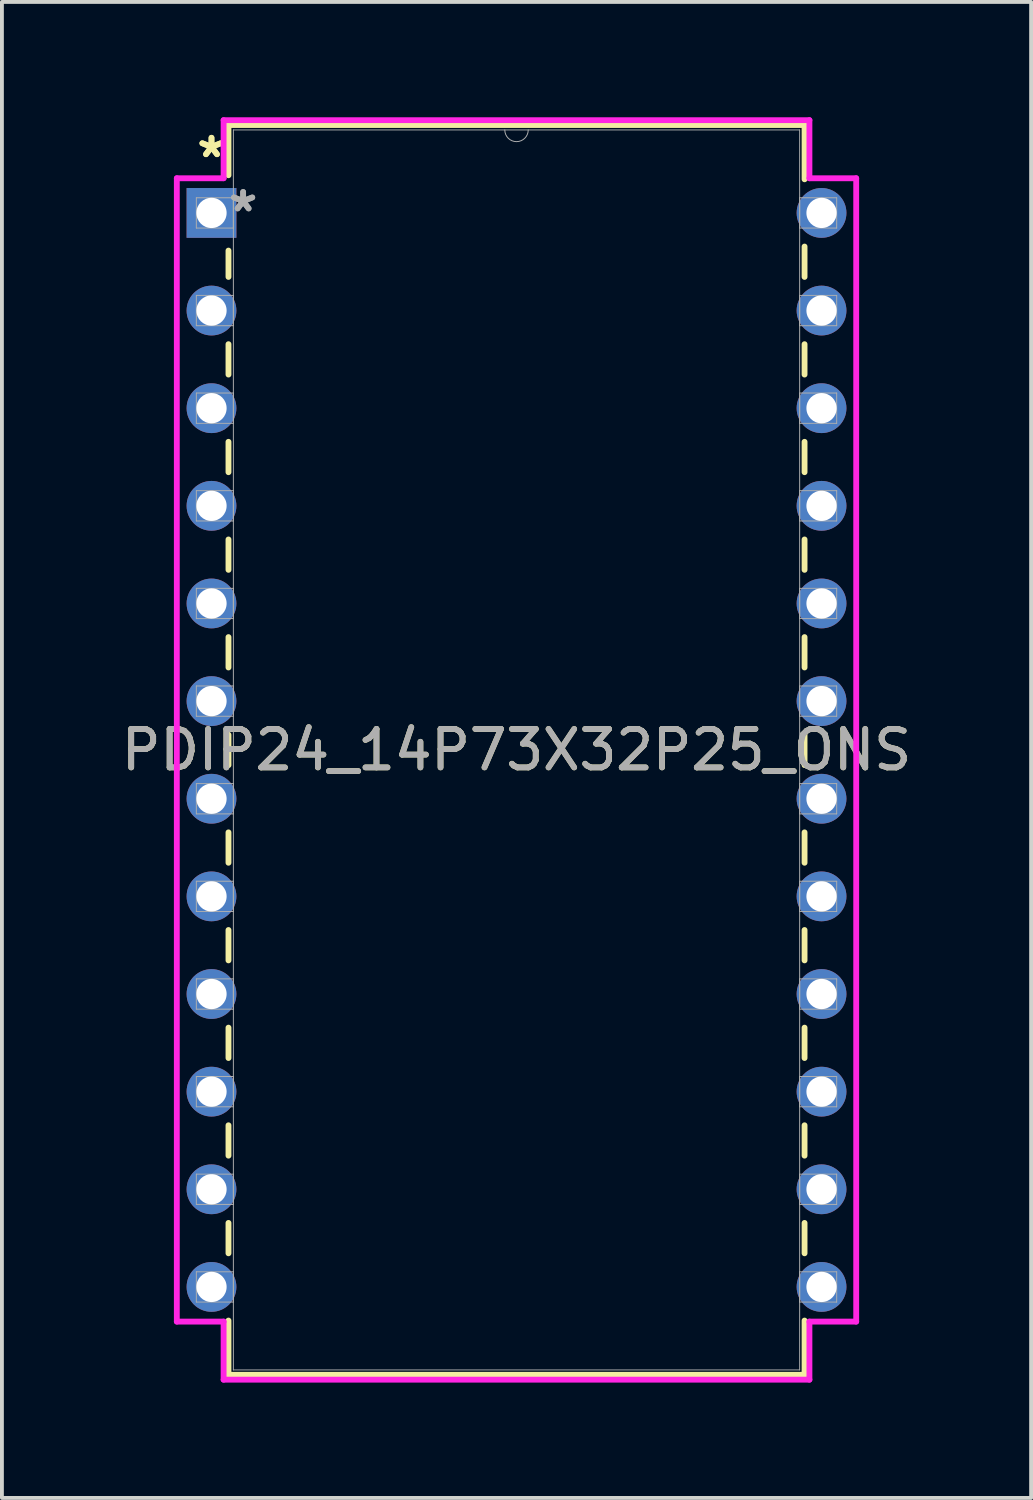
<source format=kicad_pcb>
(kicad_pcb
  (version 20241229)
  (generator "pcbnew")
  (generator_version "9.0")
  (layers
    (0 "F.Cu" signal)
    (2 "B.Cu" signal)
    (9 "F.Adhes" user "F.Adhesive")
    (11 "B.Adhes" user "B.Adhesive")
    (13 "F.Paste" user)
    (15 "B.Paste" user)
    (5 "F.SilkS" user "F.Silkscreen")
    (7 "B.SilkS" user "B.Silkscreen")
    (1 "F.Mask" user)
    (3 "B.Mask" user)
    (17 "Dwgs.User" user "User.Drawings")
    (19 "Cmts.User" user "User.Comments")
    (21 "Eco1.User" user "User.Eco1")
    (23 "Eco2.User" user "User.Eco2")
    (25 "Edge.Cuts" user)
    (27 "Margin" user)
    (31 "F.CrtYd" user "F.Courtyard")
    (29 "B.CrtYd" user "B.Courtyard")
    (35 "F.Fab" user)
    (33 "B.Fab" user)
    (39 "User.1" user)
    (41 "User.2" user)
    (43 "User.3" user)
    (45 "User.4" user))
  (footprint "PDIP24_14P73X32P25_ONS"
    (layer "F.Cu")
    (at 2.452 2.489)
    (property "Reference" "PDIP24_14P73X32P25_ONS" (at 7.935 13.97 0) (unlocked yes) (layer "F.SilkS") (effects (font (size 1 1) (thickness 0.15))))
    (attr through_hole)
    (fp_line (start 0.442 -2.286) (end 0.442 -0.98) (stroke (width 0.152) (type solid)) (layer "F.SilkS"))
    (fp_line (start 0.442 0.98) (end 0.442 1.665) (stroke (width 0.152) (type solid)) (layer "F.SilkS"))
    (fp_line (start 0.442 3.415) (end 0.442 4.205) (stroke (width 0.152) (type solid)) (layer "F.SilkS"))
    (fp_line (start 0.442 5.955) (end 0.442 6.745) (stroke (width 0.152) (type solid)) (layer "F.SilkS"))
    (fp_line (start 0.442 8.495) (end 0.442 9.285) (stroke (width 0.152) (type solid)) (layer "F.SilkS"))
    (fp_line (start 0.442 11.035) (end 0.442 11.825) (stroke (width 0.152) (type solid)) (layer "F.SilkS"))
    (fp_line (start 0.442 13.575) (end 0.442 14.365) (stroke (width 0.152) (type solid)) (layer "F.SilkS"))
    (fp_line (start 0.442 16.115) (end 0.442 16.905) (stroke (width 0.152) (type solid)) (layer "F.SilkS"))
    (fp_line (start 0.442 18.655) (end 0.442 19.445) (stroke (width 0.152) (type solid)) (layer "F.SilkS"))
    (fp_line (start 0.442 21.195) (end 0.442 21.985) (stroke (width 0.152) (type solid)) (layer "F.SilkS"))
    (fp_line (start 0.442 23.735) (end 0.442 24.525) (stroke (width 0.152) (type solid)) (layer "F.SilkS"))
    (fp_line (start 0.442 26.275) (end 0.442 27.065) (stroke (width 0.152) (type solid)) (layer "F.SilkS"))
    (fp_line (start 0.442 28.815) (end 0.442 30.226) (stroke (width 0.152) (type solid)) (layer "F.SilkS"))
    (fp_line (start 0.442 30.226) (end 15.428 30.226) (stroke (width 0.152) (type solid)) (layer "F.SilkS"))
    (fp_line (start 15.428 -2.286) (end 0.442 -2.286) (stroke (width 0.152) (type solid)) (layer "F.SilkS"))
    (fp_line (start 15.428 -0.875) (end 15.428 -2.286) (stroke (width 0.152) (type solid)) (layer "F.SilkS"))
    (fp_line (start 15.428 1.665) (end 15.428 0.875) (stroke (width 0.152) (type solid)) (layer "F.SilkS"))
    (fp_line (start 15.428 4.205) (end 15.428 3.415) (stroke (width 0.152) (type solid)) (layer "F.SilkS"))
    (fp_line (start 15.428 6.745) (end 15.428 5.955) (stroke (width 0.152) (type solid)) (layer "F.SilkS"))
    (fp_line (start 15.428 9.285) (end 15.428 8.495) (stroke (width 0.152) (type solid)) (layer "F.SilkS"))
    (fp_line (start 15.428 11.825) (end 15.428 11.035) (stroke (width 0.152) (type solid)) (layer "F.SilkS"))
    (fp_line (start 15.428 14.365) (end 15.428 13.575) (stroke (width 0.152) (type solid)) (layer "F.SilkS"))
    (fp_line (start 15.428 16.905) (end 15.428 16.115) (stroke (width 0.152) (type solid)) (layer "F.SilkS"))
    (fp_line (start 15.428 19.445) (end 15.428 18.655) (stroke (width 0.152) (type solid)) (layer "F.SilkS"))
    (fp_line (start 15.428 21.985) (end 15.428 21.195) (stroke (width 0.152) (type solid)) (layer "F.SilkS"))
    (fp_line (start 15.428 24.525) (end 15.428 23.735) (stroke (width 0.152) (type solid)) (layer "F.SilkS"))
    (fp_line (start 15.428 27.065) (end 15.428 26.275) (stroke (width 0.152) (type solid)) (layer "F.SilkS"))
    (fp_line (start 15.428 30.226) (end 15.428 28.815) (stroke (width 0.152) (type solid)) (layer "F.SilkS"))
    (fp_line (start -0.902 -0.902) (end 0.315 -0.902) (stroke (width 0.152) (type solid)) (layer "F.CrtYd"))
    (fp_line (start -0.902 28.842) (end -0.902 -0.902) (stroke (width 0.152) (type solid)) (layer "F.CrtYd"))
    (fp_line (start 0.315 -2.413) (end 15.555 -2.413) (stroke (width 0.152) (type solid)) (layer "F.CrtYd"))
    (fp_line (start 0.315 -0.902) (end 0.315 -2.413) (stroke (width 0.152) (type solid)) (layer "F.CrtYd"))
    (fp_line (start 0.315 28.842) (end -0.902 28.842) (stroke (width 0.152) (type solid)) (layer "F.CrtYd"))
    (fp_line (start 0.315 30.353) (end 0.315 28.842) (stroke (width 0.152) (type solid)) (layer "F.CrtYd"))
    (fp_line (start 15.555 -2.413) (end 15.555 -0.902) (stroke (width 0.152) (type solid)) (layer "F.CrtYd"))
    (fp_line (start 15.555 28.842) (end 15.555 30.353) (stroke (width 0.152) (type solid)) (layer "F.CrtYd"))
    (fp_line (start 15.555 30.353) (end 0.315 30.353) (stroke (width 0.152) (type solid)) (layer "F.CrtYd"))
    (fp_line (start 16.772 -0.902) (end 15.555 -0.902) (stroke (width 0.152) (type solid)) (layer "F.CrtYd"))
    (fp_line (start 16.772 -0.902) (end 16.772 28.842) (stroke (width 0.152) (type solid)) (layer "F.CrtYd"))
    (fp_line (start 16.772 28.842) (end 15.555 28.842) (stroke (width 0.152) (type solid)) (layer "F.CrtYd"))
    (fp_line (start -0.394 -0.394) (end -0.394 0.394) (stroke (width 0.025) (type solid)) (layer "F.Fab"))
    (fp_line (start -0.394 0.394) (end 0.569 0.394) (stroke (width 0.025) (type solid)) (layer "F.Fab"))
    (fp_line (start -0.394 2.146) (end -0.394 2.934) (stroke (width 0.025) (type solid)) (layer "F.Fab"))
    (fp_line (start -0.394 2.934) (end 0.569 2.934) (stroke (width 0.025) (type solid)) (layer "F.Fab"))
    (fp_line (start -0.394 4.686) (end -0.394 5.474) (stroke (width 0.025) (type solid)) (layer "F.Fab"))
    (fp_line (start -0.394 5.474) (end 0.569 5.474) (stroke (width 0.025) (type solid)) (layer "F.Fab"))
    (fp_line (start -0.394 7.226) (end -0.394 8.014) (stroke (width 0.025) (type solid)) (layer "F.Fab"))
    (fp_line (start -0.394 8.014) (end 0.569 8.014) (stroke (width 0.025) (type solid)) (layer "F.Fab"))
    (fp_line (start -0.394 9.766) (end -0.394 10.554) (stroke (width 0.025) (type solid)) (layer "F.Fab"))
    (fp_line (start -0.394 10.554) (end 0.569 10.554) (stroke (width 0.025) (type solid)) (layer "F.Fab"))
    (fp_line (start -0.394 12.306) (end -0.394 13.094) (stroke (width 0.025) (type solid)) (layer "F.Fab"))
    (fp_line (start -0.394 13.094) (end 0.569 13.094) (stroke (width 0.025) (type solid)) (layer "F.Fab"))
    (fp_line (start -0.394 14.846) (end -0.394 15.634) (stroke (width 0.025) (type solid)) (layer "F.Fab"))
    (fp_line (start -0.394 15.634) (end 0.569 15.634) (stroke (width 0.025) (type solid)) (layer "F.Fab"))
    (fp_line (start -0.394 17.386) (end -0.394 18.174) (stroke (width 0.025) (type solid)) (layer "F.Fab"))
    (fp_line (start -0.394 18.174) (end 0.569 18.174) (stroke (width 0.025) (type solid)) (layer "F.Fab"))
    (fp_line (start -0.394 19.926) (end -0.394 20.714) (stroke (width 0.025) (type solid)) (layer "F.Fab"))
    (fp_line (start -0.394 20.714) (end 0.569 20.714) (stroke (width 0.025) (type solid)) (layer "F.Fab"))
    (fp_line (start -0.394 22.466) (end -0.394 23.254) (stroke (width 0.025) (type solid)) (layer "F.Fab"))
    (fp_line (start -0.394 23.254) (end 0.569 23.254) (stroke (width 0.025) (type solid)) (layer "F.Fab"))
    (fp_line (start -0.394 25.006) (end -0.394 25.794) (stroke (width 0.025) (type solid)) (layer "F.Fab"))
    (fp_line (start -0.394 25.794) (end 0.569 25.794) (stroke (width 0.025) (type solid)) (layer "F.Fab"))
    (fp_line (start -0.394 27.546) (end -0.394 28.334) (stroke (width 0.025) (type solid)) (layer "F.Fab"))
    (fp_line (start -0.394 28.334) (end 0.569 28.334) (stroke (width 0.025) (type solid)) (layer "F.Fab"))
    (fp_line (start 0.569 -2.159) (end 0.569 30.099) (stroke (width 0.025) (type solid)) (layer "F.Fab"))
    (fp_line (start 0.569 -0.394) (end -0.394 -0.394) (stroke (width 0.025) (type solid)) (layer "F.Fab"))
    (fp_line (start 0.569 0.394) (end 0.569 -0.394) (stroke (width 0.025) (type solid)) (layer "F.Fab"))
    (fp_line (start 0.569 2.146) (end -0.394 2.146) (stroke (width 0.025) (type solid)) (layer "F.Fab"))
    (fp_line (start 0.569 2.934) (end 0.569 2.146) (stroke (width 0.025) (type solid)) (layer "F.Fab"))
    (fp_line (start 0.569 4.686) (end -0.394 4.686) (stroke (width 0.025) (type solid)) (layer "F.Fab"))
    (fp_line (start 0.569 5.474) (end 0.569 4.686) (stroke (width 0.025) (type solid)) (layer "F.Fab"))
    (fp_line (start 0.569 7.226) (end -0.394 7.226) (stroke (width 0.025) (type solid)) (layer "F.Fab"))
    (fp_line (start 0.569 8.014) (end 0.569 7.226) (stroke (width 0.025) (type solid)) (layer "F.Fab"))
    (fp_line (start 0.569 9.766) (end -0.394 9.766) (stroke (width 0.025) (type solid)) (layer "F.Fab"))
    (fp_line (start 0.569 10.554) (end 0.569 9.766) (stroke (width 0.025) (type solid)) (layer "F.Fab"))
    (fp_line (start 0.569 12.306) (end -0.394 12.306) (stroke (width 0.025) (type solid)) (layer "F.Fab"))
    (fp_line (start 0.569 13.094) (end 0.569 12.306) (stroke (width 0.025) (type solid)) (layer "F.Fab"))
    (fp_line (start 0.569 14.846) (end -0.394 14.846) (stroke (width 0.025) (type solid)) (layer "F.Fab"))
    (fp_line (start 0.569 15.634) (end 0.569 14.846) (stroke (width 0.025) (type solid)) (layer "F.Fab"))
    (fp_line (start 0.569 17.386) (end -0.394 17.386) (stroke (width 0.025) (type solid)) (layer "F.Fab"))
    (fp_line (start 0.569 18.174) (end 0.569 17.386) (stroke (width 0.025) (type solid)) (layer "F.Fab"))
    (fp_line (start 0.569 19.926) (end -0.394 19.926) (stroke (width 0.025) (type solid)) (layer "F.Fab"))
    (fp_line (start 0.569 20.714) (end 0.569 19.926) (stroke (width 0.025) (type solid)) (layer "F.Fab"))
    (fp_line (start 0.569 22.466) (end -0.394 22.466) (stroke (width 0.025) (type solid)) (layer "F.Fab"))
    (fp_line (start 0.569 23.254) (end 0.569 22.466) (stroke (width 0.025) (type solid)) (layer "F.Fab"))
    (fp_line (start 0.569 25.006) (end -0.394 25.006) (stroke (width 0.025) (type solid)) (layer "F.Fab"))
    (fp_line (start 0.569 25.794) (end 0.569 25.006) (stroke (width 0.025) (type solid)) (layer "F.Fab"))
    (fp_line (start 0.569 27.546) (end -0.394 27.546) (stroke (width 0.025) (type solid)) (layer "F.Fab"))
    (fp_line (start 0.569 28.334) (end 0.569 27.546) (stroke (width 0.025) (type solid)) (layer "F.Fab"))
    (fp_line (start 0.569 30.099) (end 15.301 30.099) (stroke (width 0.025) (type solid)) (layer "F.Fab"))
    (fp_line (start 15.301 -2.159) (end 0.569 -2.159) (stroke (width 0.025) (type solid)) (layer "F.Fab"))
    (fp_line (start 15.301 -0.394) (end 15.301 0.394) (stroke (width 0.025) (type solid)) (layer "F.Fab"))
    (fp_line (start 15.301 0.394) (end 16.264 0.394) (stroke (width 0.025) (type solid)) (layer "F.Fab"))
    (fp_line (start 15.301 2.146) (end 15.301 2.934) (stroke (width 0.025) (type solid)) (layer "F.Fab"))
    (fp_line (start 15.301 2.934) (end 16.264 2.934) (stroke (width 0.025) (type solid)) (layer "F.Fab"))
    (fp_line (start 15.301 4.686) (end 15.301 5.474) (stroke (width 0.025) (type solid)) (layer "F.Fab"))
    (fp_line (start 15.301 5.474) (end 16.264 5.474) (stroke (width 0.025) (type solid)) (layer "F.Fab"))
    (fp_line (start 15.301 7.226) (end 15.301 8.014) (stroke (width 0.025) (type solid)) (layer "F.Fab"))
    (fp_line (start 15.301 8.014) (end 16.264 8.014) (stroke (width 0.025) (type solid)) (layer "F.Fab"))
    (fp_line (start 15.301 9.766) (end 15.301 10.554) (stroke (width 0.025) (type solid)) (layer "F.Fab"))
    (fp_line (start 15.301 10.554) (end 16.264 10.554) (stroke (width 0.025) (type solid)) (layer "F.Fab"))
    (fp_line (start 15.301 12.306) (end 15.301 13.094) (stroke (width 0.025) (type solid)) (layer "F.Fab"))
    (fp_line (start 15.301 13.094) (end 16.264 13.094) (stroke (width 0.025) (type solid)) (layer "F.Fab"))
    (fp_line (start 15.301 14.846) (end 15.301 15.634) (stroke (width 0.025) (type solid)) (layer "F.Fab"))
    (fp_line (start 15.301 15.634) (end 16.264 15.634) (stroke (width 0.025) (type solid)) (layer "F.Fab"))
    (fp_line (start 15.301 17.386) (end 15.301 18.174) (stroke (width 0.025) (type solid)) (layer "F.Fab"))
    (fp_line (start 15.301 18.174) (end 16.264 18.174) (stroke (width 0.025) (type solid)) (layer "F.Fab"))
    (fp_line (start 15.301 19.926) (end 15.301 20.714) (stroke (width 0.025) (type solid)) (layer "F.Fab"))
    (fp_line (start 15.301 20.714) (end 16.264 20.714) (stroke (width 0.025) (type solid)) (layer "F.Fab"))
    (fp_line (start 15.301 22.466) (end 15.301 23.254) (stroke (width 0.025) (type solid)) (layer "F.Fab"))
    (fp_line (start 15.301 23.254) (end 16.264 23.254) (stroke (width 0.025) (type solid)) (layer "F.Fab"))
    (fp_line (start 15.301 25.006) (end 15.301 25.794) (stroke (width 0.025) (type solid)) (layer "F.Fab"))
    (fp_line (start 15.301 25.794) (end 16.264 25.794) (stroke (width 0.025) (type solid)) (layer "F.Fab"))
    (fp_line (start 15.301 27.546) (end 15.301 28.334) (stroke (width 0.025) (type solid)) (layer "F.Fab"))
    (fp_line (start 15.301 28.334) (end 16.264 28.334) (stroke (width 0.025) (type solid)) (layer "F.Fab"))
    (fp_line (start 15.301 30.099) (end 15.301 -2.159) (stroke (width 0.025) (type solid)) (layer "F.Fab"))
    (fp_line (start 16.264 -0.394) (end 15.301 -0.394) (stroke (width 0.025) (type solid)) (layer "F.Fab"))
    (fp_line (start 16.264 0.394) (end 16.264 -0.394) (stroke (width 0.025) (type solid)) (layer "F.Fab"))
    (fp_line (start 16.264 2.146) (end 15.301 2.146) (stroke (width 0.025) (type solid)) (layer "F.Fab"))
    (fp_line (start 16.264 2.934) (end 16.264 2.146) (stroke (width 0.025) (type solid)) (layer "F.Fab"))
    (fp_line (start 16.264 4.686) (end 15.301 4.686) (stroke (width 0.025) (type solid)) (layer "F.Fab"))
    (fp_line (start 16.264 5.474) (end 16.264 4.686) (stroke (width 0.025) (type solid)) (layer "F.Fab"))
    (fp_line (start 16.264 7.226) (end 15.301 7.226) (stroke (width 0.025) (type solid)) (layer "F.Fab"))
    (fp_line (start 16.264 8.014) (end 16.264 7.226) (stroke (width 0.025) (type solid)) (layer "F.Fab"))
    (fp_line (start 16.264 9.766) (end 15.301 9.766) (stroke (width 0.025) (type solid)) (layer "F.Fab"))
    (fp_line (start 16.264 10.554) (end 16.264 9.766) (stroke (width 0.025) (type solid)) (layer "F.Fab"))
    (fp_line (start 16.264 12.306) (end 15.301 12.306) (stroke (width 0.025) (type solid)) (layer "F.Fab"))
    (fp_line (start 16.264 13.094) (end 16.264 12.306) (stroke (width 0.025) (type solid)) (layer "F.Fab"))
    (fp_line (start 16.264 14.846) (end 15.301 14.846) (stroke (width 0.025) (type solid)) (layer "F.Fab"))
    (fp_line (start 16.264 15.634) (end 16.264 14.846) (stroke (width 0.025) (type solid)) (layer "F.Fab"))
    (fp_line (start 16.264 17.386) (end 15.301 17.386) (stroke (width 0.025) (type solid)) (layer "F.Fab"))
    (fp_line (start 16.264 18.174) (end 16.264 17.386) (stroke (width 0.025) (type solid)) (layer "F.Fab"))
    (fp_line (start 16.264 19.926) (end 15.301 19.926) (stroke (width 0.025) (type solid)) (layer "F.Fab"))
    (fp_line (start 16.264 20.714) (end 16.264 19.926) (stroke (width 0.025) (type solid)) (layer "F.Fab"))
    (fp_line (start 16.264 22.466) (end 15.301 22.466) (stroke (width 0.025) (type solid)) (layer "F.Fab"))
    (fp_line (start 16.264 23.254) (end 16.264 22.466) (stroke (width 0.025) (type solid)) (layer "F.Fab"))
    (fp_line (start 16.264 25.006) (end 15.301 25.006) (stroke (width 0.025) (type solid)) (layer "F.Fab"))
    (fp_line (start 16.264 25.794) (end 16.264 25.006) (stroke (width 0.025) (type solid)) (layer "F.Fab"))
    (fp_line (start 16.264 27.546) (end 15.301 27.546) (stroke (width 0.025) (type solid)) (layer "F.Fab"))
    (fp_line (start 16.264 28.334) (end 16.264 27.546) (stroke (width 0.025) (type solid)) (layer "F.Fab"))
    (fp_arc (start 8.239801 -2.159) (mid 7.935001 -1.8542) (end 7.630201 -2.159) (stroke (width 0.0254) (type solid)) (layer "F.Fab"))
    (fp_text user "*" (at 0 -1.41 0) (layer "F.SilkS") (effects (font (size 1 1) (thickness 0.15))))
    (fp_text user "*" (at 0 -1.41 0) (unlocked yes) (layer "F.SilkS") (effects (font (size 1 1) (thickness 0.15))))
    (fp_text user "${REFERENCE}" (at 7.935 13.97 0) (unlocked yes) (layer "F.Fab") (effects (font (size 1 1) (thickness 0.15))))
    (fp_text user "*" (at 0.823 0 0) (layer "F.Fab") (effects (font (size 1 1) (thickness 0.15))))
    (fp_text user "*" (at 0.823 0 0) (unlocked yes) (layer "F.Fab") (effects (font (size 1 1) (thickness 0.15))))
    (pad "1" thru_hole rect (at 0 0) (size 1.295 1.295) (drill 0.787) (layers "*.Cu" "*.Mask"))
    (pad "2" thru_hole circle (at 0 2.54) (size 1.295 1.295) (drill 0.787) (layers "*.Cu" "*.Mask"))
    (pad "3" thru_hole circle (at 0 5.08) (size 1.295 1.295) (drill 0.787) (layers "*.Cu" "*.Mask"))
    (pad "4" thru_hole circle (at 0 7.62) (size 1.295 1.295) (drill 0.787) (layers "*.Cu" "*.Mask"))
    (pad "5" thru_hole circle (at 0 10.16) (size 1.295 1.295) (drill 0.787) (layers "*.Cu" "*.Mask"))
    (pad "6" thru_hole circle (at 0 12.7) (size 1.295 1.295) (drill 0.787) (layers "*.Cu" "*.Mask"))
    (pad "7" thru_hole circle (at 0 15.24) (size 1.295 1.295) (drill 0.787) (layers "*.Cu" "*.Mask"))
    (pad "8" thru_hole circle (at 0 17.78) (size 1.295 1.295) (drill 0.787) (layers "*.Cu" "*.Mask"))
    (pad "9" thru_hole circle (at 0 20.32) (size 1.295 1.295) (drill 0.787) (layers "*.Cu" "*.Mask"))
    (pad "10" thru_hole circle (at 0 22.86) (size 1.295 1.295) (drill 0.787) (layers "*.Cu" "*.Mask"))
    (pad "11" thru_hole circle (at 0 25.4) (size 1.295 1.295) (drill 0.787) (layers "*.Cu" "*.Mask"))
    (pad "12" thru_hole circle (at 0 27.94) (size 1.295 1.295) (drill 0.787) (layers "*.Cu" "*.Mask"))
    (pad "13" thru_hole circle (at 15.87 27.94) (size 1.295 1.295) (drill 0.787) (layers "*.Cu" "*.Mask"))
    (pad "14" thru_hole circle (at 15.87 25.4) (size 1.295 1.295) (drill 0.787) (layers "*.Cu" "*.Mask"))
    (pad "15" thru_hole circle (at 15.87 22.86) (size 1.295 1.295) (drill 0.787) (layers "*.Cu" "*.Mask"))
    (pad "16" thru_hole circle (at 15.87 20.32) (size 1.295 1.295) (drill 0.787) (layers "*.Cu" "*.Mask"))
    (pad "17" thru_hole circle (at 15.87 17.78) (size 1.295 1.295) (drill 0.787) (layers "*.Cu" "*.Mask"))
    (pad "18" thru_hole circle (at 15.87 15.24) (size 1.295 1.295) (drill 0.787) (layers "*.Cu" "*.Mask"))
    (pad "19" thru_hole circle (at 15.87 12.7) (size 1.295 1.295) (drill 0.787) (layers "*.Cu" "*.Mask"))
    (pad "20" thru_hole circle (at 15.87 10.16) (size 1.295 1.295) (drill 0.787) (layers "*.Cu" "*.Mask"))
    (pad "21" thru_hole circle (at 15.87 7.62) (size 1.295 1.295) (drill 0.787) (layers "*.Cu" "*.Mask"))
    (pad "22" thru_hole circle (at 15.87 5.08) (size 1.295 1.295) (drill 0.787) (layers "*.Cu" "*.Mask"))
    (pad "23" thru_hole circle (at 15.87 2.54) (size 1.295 1.295) (drill 0.787) (layers "*.Cu" "*.Mask"))
    (pad "24" thru_hole circle (at 15.87 0) (size 1.295 1.295) (drill 0.787) (layers "*.Cu" "*.Mask")))
  (gr_rect
    (start -3 -3)
    (end 23.774 35.918)
    (stroke (width 0.1) (type default))
    (fill no)
    (layer "Edge.Cuts")))
</source>
